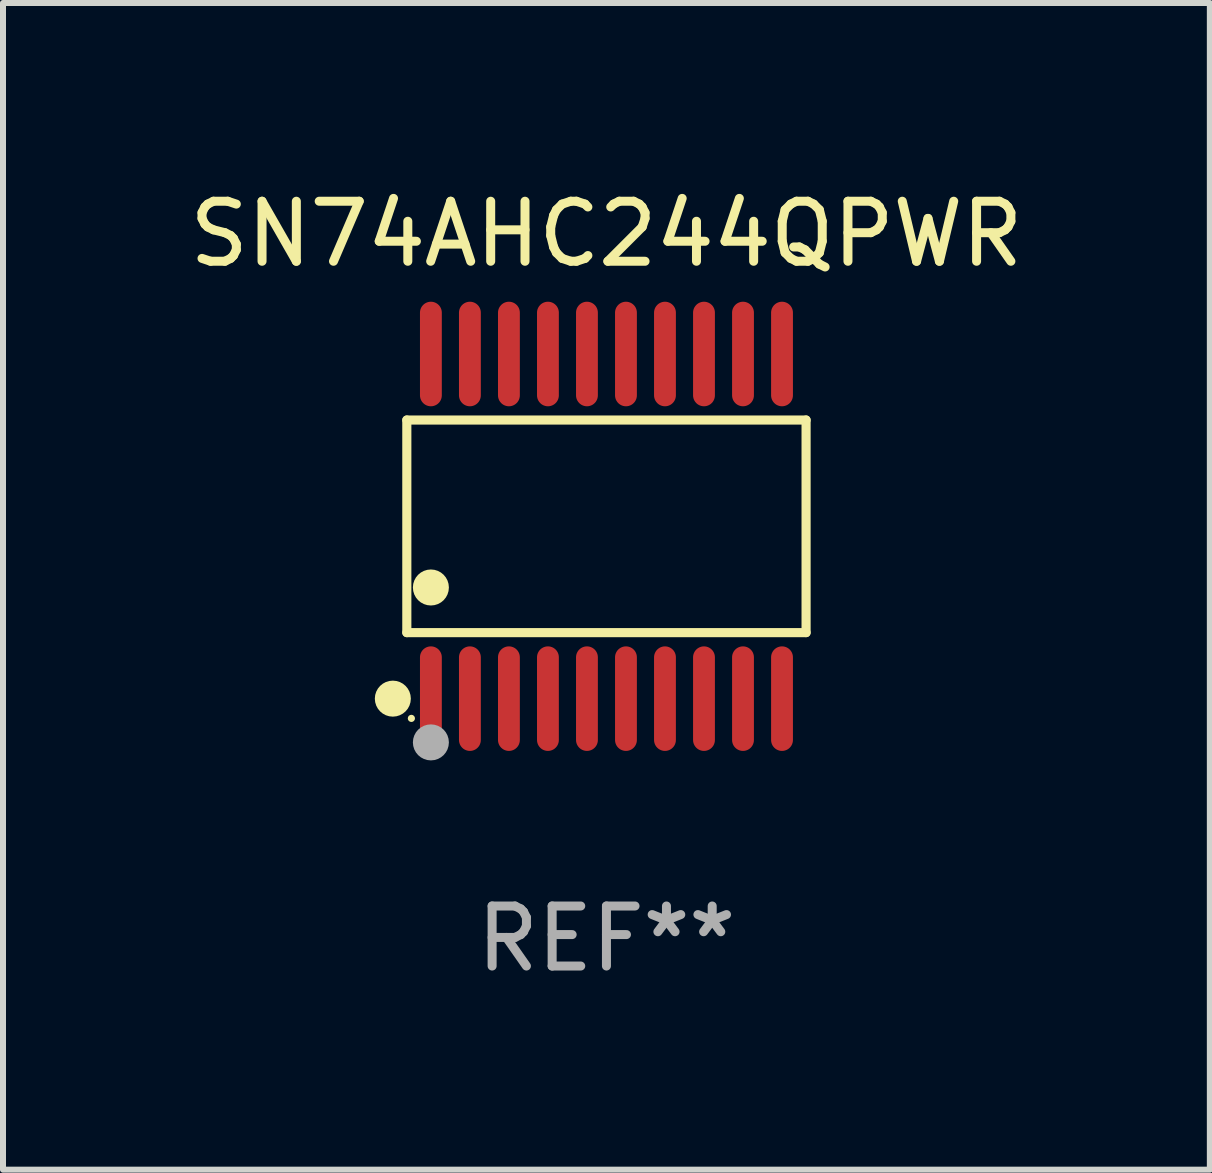
<source format=kicad_pcb>
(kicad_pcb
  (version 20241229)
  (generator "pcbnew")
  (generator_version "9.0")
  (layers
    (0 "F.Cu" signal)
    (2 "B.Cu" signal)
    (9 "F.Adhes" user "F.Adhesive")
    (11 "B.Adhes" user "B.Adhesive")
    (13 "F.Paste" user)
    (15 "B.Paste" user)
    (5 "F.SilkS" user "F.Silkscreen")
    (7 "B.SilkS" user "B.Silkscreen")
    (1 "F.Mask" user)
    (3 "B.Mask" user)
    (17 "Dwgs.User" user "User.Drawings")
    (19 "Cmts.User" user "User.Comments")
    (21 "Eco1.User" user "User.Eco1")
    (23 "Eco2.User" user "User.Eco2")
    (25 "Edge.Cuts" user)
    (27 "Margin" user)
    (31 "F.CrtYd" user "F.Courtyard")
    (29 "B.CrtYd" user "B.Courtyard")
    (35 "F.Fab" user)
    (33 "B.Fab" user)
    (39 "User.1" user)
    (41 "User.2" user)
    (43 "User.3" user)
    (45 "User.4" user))
  (footprint "SN74AHC244QPWR"
    (layer "F.Cu")
    (at 7.054 5.719)
    (property "Reference" "SN74AHC244QPWR" (at 0 -4.871 0) (layer "F.SilkS") (effects (font (size 1 1) (thickness 0.15))))
    (attr through_hole)
    (fp_line (start -3.326 -1.771) (end 3.326 -1.771) (stroke (width 0.152) (type solid)) (layer "F.SilkS"))
    (fp_line (start -3.326 1.771) (end -3.326 -1.771) (stroke (width 0.152) (type solid)) (layer "F.SilkS"))
    (fp_line (start 3.326 -1.771) (end 3.326 1.771) (stroke (width 0.152) (type solid)) (layer "F.SilkS"))
    (fp_line (start 3.326 1.771) (end -3.326 1.771) (stroke (width 0.152) (type solid)) (layer "F.SilkS"))
    (fp_circle (center -3.559 2.871) (end -3.409 2.871) (stroke (width 0.3) (type solid)) (fill no) (layer "F.SilkS"))
    (fp_circle (center -3.25 3.2) (end -3.22 3.2) (stroke (width 0.06) (type solid)) (fill no) (layer "F.SilkS"))
    (fp_circle (center -2.925 1.019) (end -2.775 1.019) (stroke (width 0.3) (type solid)) (fill no) (layer "F.SilkS"))
    (fp_circle (center -2.925 3.6) (end -2.775 3.6) (stroke (width 0.3) (type solid)) (fill no) (layer "F.Fab"))
    (fp_text user "REF**" (at 0 6.871 0) (layer "F.Fab") (effects (font (size 1 1) (thickness 0.15))))
    (pad "1" smd oval (at -2.925 2.871) (size 0.364 1.742) (layers "F.Cu" "F.Mask" "F.Paste"))
    (pad "2" smd oval (at -2.275 2.871) (size 0.364 1.742) (layers "F.Cu" "F.Mask" "F.Paste"))
    (pad "3" smd oval (at -1.625 2.871) (size 0.364 1.742) (layers "F.Cu" "F.Mask" "F.Paste"))
    (pad "4" smd oval (at -0.975 2.871) (size 0.364 1.742) (layers "F.Cu" "F.Mask" "F.Paste"))
    (pad "5" smd oval (at -0.325 2.871) (size 0.364 1.742) (layers "F.Cu" "F.Mask" "F.Paste"))
    (pad "6" smd oval (at 0.325 2.871) (size 0.364 1.742) (layers "F.Cu" "F.Mask" "F.Paste"))
    (pad "7" smd oval (at 0.975 2.871) (size 0.364 1.742) (layers "F.Cu" "F.Mask" "F.Paste"))
    (pad "8" smd oval (at 1.625 2.871) (size 0.364 1.742) (layers "F.Cu" "F.Mask" "F.Paste"))
    (pad "9" smd oval (at 2.275 2.871) (size 0.364 1.742) (layers "F.Cu" "F.Mask" "F.Paste"))
    (pad "10" smd oval (at 2.925 2.871) (size 0.364 1.742) (layers "F.Cu" "F.Mask" "F.Paste"))
    (pad "11" smd oval (at 2.925 -2.871) (size 0.364 1.742) (layers "F.Cu" "F.Mask" "F.Paste"))
    (pad "12" smd oval (at 2.275 -2.871) (size 0.364 1.742) (layers "F.Cu" "F.Mask" "F.Paste"))
    (pad "13" smd oval (at 1.625 -2.871) (size 0.364 1.742) (layers "F.Cu" "F.Mask" "F.Paste"))
    (pad "14" smd oval (at 0.975 -2.871) (size 0.364 1.742) (layers "F.Cu" "F.Mask" "F.Paste"))
    (pad "15" smd oval (at 0.325 -2.871) (size 0.364 1.742) (layers "F.Cu" "F.Mask" "F.Paste"))
    (pad "16" smd oval (at -0.325 -2.871) (size 0.364 1.742) (layers "F.Cu" "F.Mask" "F.Paste"))
    (pad "17" smd oval (at -0.975 -2.871) (size 0.364 1.742) (layers "F.Cu" "F.Mask" "F.Paste"))
    (pad "18" smd oval (at -1.625 -2.871) (size 0.364 1.742) (layers "F.Cu" "F.Mask" "F.Paste"))
    (pad "19" smd oval (at -2.275 -2.871) (size 0.364 1.742) (layers "F.Cu" "F.Mask" "F.Paste"))
    (pad "20" smd oval (at -2.925 -2.871) (size 0.364 1.742) (layers "F.Cu" "F.Mask" "F.Paste")))
  (gr_rect
    (start -3 -3)
    (end 17.107 16.438)
    (stroke (width 0.1) (type default))
    (fill no)
    (layer "Edge.Cuts")))
</source>
